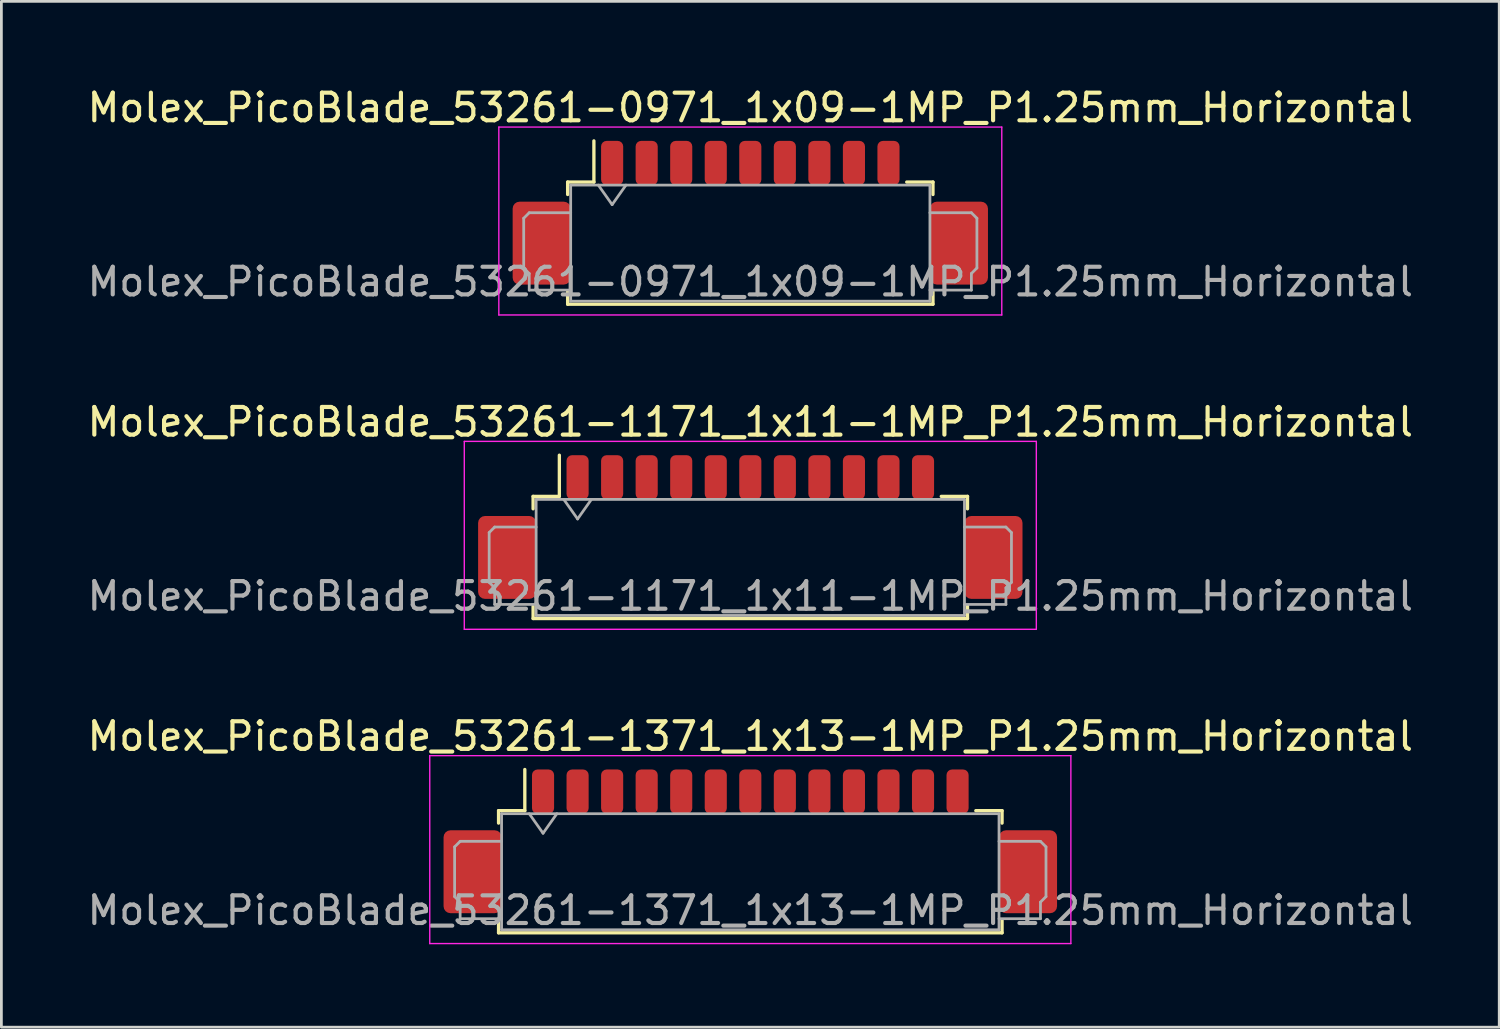
<source format=kicad_pcb>
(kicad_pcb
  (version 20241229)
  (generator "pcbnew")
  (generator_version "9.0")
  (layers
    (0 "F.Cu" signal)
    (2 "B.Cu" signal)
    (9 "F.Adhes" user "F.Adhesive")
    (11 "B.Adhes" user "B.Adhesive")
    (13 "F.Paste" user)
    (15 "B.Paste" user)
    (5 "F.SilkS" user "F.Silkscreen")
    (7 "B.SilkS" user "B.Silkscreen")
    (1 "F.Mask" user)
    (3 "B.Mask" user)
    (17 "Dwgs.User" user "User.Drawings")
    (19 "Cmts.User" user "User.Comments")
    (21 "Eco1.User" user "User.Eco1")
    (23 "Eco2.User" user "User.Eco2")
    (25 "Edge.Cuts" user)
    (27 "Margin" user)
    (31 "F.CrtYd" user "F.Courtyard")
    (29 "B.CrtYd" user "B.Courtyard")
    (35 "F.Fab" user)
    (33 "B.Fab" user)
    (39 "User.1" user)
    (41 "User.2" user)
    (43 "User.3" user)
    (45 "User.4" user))
  (footprint "Molex_PicoBlade_53261-1371_1x13-1MP_P1.25mm_Horizontal"
    (layer "F.Cu")
    (at 24.101 27.995)
    (property "Reference" "Molex_PicoBlade_53261-1371_1x13-1MP_P1.25mm_Horizontal" (at 0 -4.4 0) (layer "F.SilkS") (effects (font (size 1 1) (thickness 0.15))))
    (attr smd)
    (fp_line (start -9.11 -1.71) (end -8.16 -1.71) (stroke (width 0.12) (type solid)) (layer "F.SilkS"))
    (fp_line (start -9.11 -1.26) (end -9.11 -1.71) (stroke (width 0.12) (type solid)) (layer "F.SilkS"))
    (fp_line (start -9.11 2.26) (end -9.11 2.71) (stroke (width 0.12) (type solid)) (layer "F.SilkS"))
    (fp_line (start -9.11 2.71) (end 9.11 2.71) (stroke (width 0.12) (type solid)) (layer "F.SilkS"))
    (fp_line (start -8.16 -1.71) (end -8.16 -3.2) (stroke (width 0.12) (type solid)) (layer "F.SilkS"))
    (fp_line (start 9.11 -1.71) (end 8.16 -1.71) (stroke (width 0.12) (type solid)) (layer "F.SilkS"))
    (fp_line (start 9.11 -1.26) (end 9.11 -1.71) (stroke (width 0.12) (type solid)) (layer "F.SilkS"))
    (fp_line (start 9.11 2.71) (end 9.11 2.26) (stroke (width 0.12) (type solid)) (layer "F.SilkS"))
    (fp_line (start -11.6 -3.7) (end -11.6 3.1) (stroke (width 0.05) (type solid)) (layer "F.CrtYd"))
    (fp_line (start -11.6 3.1) (end 11.6 3.1) (stroke (width 0.05) (type solid)) (layer "F.CrtYd"))
    (fp_line (start 11.6 -3.7) (end -11.6 -3.7) (stroke (width 0.05) (type solid)) (layer "F.CrtYd"))
    (fp_line (start 11.6 3.1) (end 11.6 -3.7) (stroke (width 0.05) (type solid)) (layer "F.CrtYd"))
    (fp_line (start -10.7 -0.4) (end -10.7 1.4) (stroke (width 0.1) (type solid)) (layer "F.Fab"))
    (fp_line (start -10.7 1.4) (end -10.5 1.6) (stroke (width 0.1) (type solid)) (layer "F.Fab"))
    (fp_line (start -10.5 -0.6) (end -10.7 -0.4) (stroke (width 0.1) (type solid)) (layer "F.Fab"))
    (fp_line (start -10.5 1.6) (end -10.5 2.2) (stroke (width 0.1) (type solid)) (layer "F.Fab"))
    (fp_line (start -10.5 2.2) (end -9 2.2) (stroke (width 0.1) (type solid)) (layer "F.Fab"))
    (fp_line (start -9 -1.6) (end -9 2.6) (stroke (width 0.1) (type solid)) (layer "F.Fab"))
    (fp_line (start -9 -1.6) (end 9 -1.6) (stroke (width 0.1) (type solid)) (layer "F.Fab"))
    (fp_line (start -9 -0.6) (end -10.5 -0.6) (stroke (width 0.1) (type solid)) (layer "F.Fab"))
    (fp_line (start -9 2.6) (end 9 2.6) (stroke (width 0.1) (type solid)) (layer "F.Fab"))
    (fp_line (start -8 -1.6) (end -7.5 -0.893) (stroke (width 0.1) (type solid)) (layer "F.Fab"))
    (fp_line (start -7.5 -0.893) (end -7 -1.6) (stroke (width 0.1) (type solid)) (layer "F.Fab"))
    (fp_line (start 9 -1.6) (end 9 2.6) (stroke (width 0.1) (type solid)) (layer "F.Fab"))
    (fp_line (start 9 -0.6) (end 10.5 -0.6) (stroke (width 0.1) (type solid)) (layer "F.Fab"))
    (fp_line (start 10.5 -0.6) (end 10.7 -0.4) (stroke (width 0.1) (type solid)) (layer "F.Fab"))
    (fp_line (start 10.5 1.6) (end 10.5 2.2) (stroke (width 0.1) (type solid)) (layer "F.Fab"))
    (fp_line (start 10.5 2.2) (end 9 2.2) (stroke (width 0.1) (type solid)) (layer "F.Fab"))
    (fp_line (start 10.7 -0.4) (end 10.7 1.4) (stroke (width 0.1) (type solid)) (layer "F.Fab"))
    (fp_line (start 10.7 1.4) (end 10.5 1.6) (stroke (width 0.1) (type solid)) (layer "F.Fab"))
    (fp_text user "${REFERENCE}" (at 0 1.9 0) (layer "F.Fab") (effects (font (size 1 1) (thickness 0.15))))
    (pad "1" smd roundrect (at -7.5 -2.4) (size 0.8 1.6) (layers "F.Cu" "F.Mask" "F.Paste") (roundrect_rratio 0.25))
    (pad "2" smd roundrect (at -6.25 -2.4) (size 0.8 1.6) (layers "F.Cu" "F.Mask" "F.Paste") (roundrect_rratio 0.25))
    (pad "3" smd roundrect (at -5 -2.4) (size 0.8 1.6) (layers "F.Cu" "F.Mask" "F.Paste") (roundrect_rratio 0.25))
    (pad "4" smd roundrect (at -3.75 -2.4) (size 0.8 1.6) (layers "F.Cu" "F.Mask" "F.Paste") (roundrect_rratio 0.25))
    (pad "5" smd roundrect (at -2.5 -2.4) (size 0.8 1.6) (layers "F.Cu" "F.Mask" "F.Paste") (roundrect_rratio 0.25))
    (pad "6" smd roundrect (at -1.25 -2.4) (size 0.8 1.6) (layers "F.Cu" "F.Mask" "F.Paste") (roundrect_rratio 0.25))
    (pad "7" smd roundrect (at 0 -2.4) (size 0.8 1.6) (layers "F.Cu" "F.Mask" "F.Paste") (roundrect_rratio 0.25))
    (pad "8" smd roundrect (at 1.25 -2.4) (size 0.8 1.6) (layers "F.Cu" "F.Mask" "F.Paste") (roundrect_rratio 0.25))
    (pad "9" smd roundrect (at 2.5 -2.4) (size 0.8 1.6) (layers "F.Cu" "F.Mask" "F.Paste") (roundrect_rratio 0.25))
    (pad "10" smd roundrect (at 3.75 -2.4) (size 0.8 1.6) (layers "F.Cu" "F.Mask" "F.Paste") (roundrect_rratio 0.25))
    (pad "11" smd roundrect (at 5 -2.4) (size 0.8 1.6) (layers "F.Cu" "F.Mask" "F.Paste") (roundrect_rratio 0.25))
    (pad "12" smd roundrect (at 6.25 -2.4) (size 0.8 1.6) (layers "F.Cu" "F.Mask" "F.Paste") (roundrect_rratio 0.25))
    (pad "13" smd roundrect (at 7.5 -2.4) (size 0.8 1.6) (layers "F.Cu" "F.Mask" "F.Paste") (roundrect_rratio 0.25))
    (pad "MP" smd roundrect (at -10.05 0.5) (size 2.1 3) (layers "F.Cu" "F.Mask" "F.Paste") (roundrect_rratio 0.119))
    (pad "MP" smd roundrect (at 10.05 0.5) (size 2.1 3) (layers "F.Cu" "F.Mask" "F.Paste") (roundrect_rratio 0.119)))
  (footprint "Molex_PicoBlade_53261-0971_1x09-1MP_P1.25mm_Horizontal"
    (layer "F.Cu")
    (at 24.101 5.248)
    (property "Reference" "Molex_PicoBlade_53261-0971_1x09-1MP_P1.25mm_Horizontal" (at 0 -4.4 0) (layer "F.SilkS") (effects (font (size 1 1) (thickness 0.15))))
    (attr smd)
    (fp_line (start -6.61 -1.71) (end -5.66 -1.71) (stroke (width 0.12) (type solid)) (layer "F.SilkS"))
    (fp_line (start -6.61 -1.26) (end -6.61 -1.71) (stroke (width 0.12) (type solid)) (layer "F.SilkS"))
    (fp_line (start -6.61 2.26) (end -6.61 2.71) (stroke (width 0.12) (type solid)) (layer "F.SilkS"))
    (fp_line (start -6.61 2.71) (end 6.61 2.71) (stroke (width 0.12) (type solid)) (layer "F.SilkS"))
    (fp_line (start -5.66 -1.71) (end -5.66 -3.2) (stroke (width 0.12) (type solid)) (layer "F.SilkS"))
    (fp_line (start 6.61 -1.71) (end 5.66 -1.71) (stroke (width 0.12) (type solid)) (layer "F.SilkS"))
    (fp_line (start 6.61 -1.26) (end 6.61 -1.71) (stroke (width 0.12) (type solid)) (layer "F.SilkS"))
    (fp_line (start 6.61 2.71) (end 6.61 2.26) (stroke (width 0.12) (type solid)) (layer "F.SilkS"))
    (fp_line (start -9.1 -3.7) (end -9.1 3.1) (stroke (width 0.05) (type solid)) (layer "F.CrtYd"))
    (fp_line (start -9.1 3.1) (end 9.1 3.1) (stroke (width 0.05) (type solid)) (layer "F.CrtYd"))
    (fp_line (start 9.1 -3.7) (end -9.1 -3.7) (stroke (width 0.05) (type solid)) (layer "F.CrtYd"))
    (fp_line (start 9.1 3.1) (end 9.1 -3.7) (stroke (width 0.05) (type solid)) (layer "F.CrtYd"))
    (fp_line (start -8.2 -0.4) (end -8.2 1.4) (stroke (width 0.1) (type solid)) (layer "F.Fab"))
    (fp_line (start -8.2 1.4) (end -8 1.6) (stroke (width 0.1) (type solid)) (layer "F.Fab"))
    (fp_line (start -8 -0.6) (end -8.2 -0.4) (stroke (width 0.1) (type solid)) (layer "F.Fab"))
    (fp_line (start -8 1.6) (end -8 2.2) (stroke (width 0.1) (type solid)) (layer "F.Fab"))
    (fp_line (start -8 2.2) (end -6.5 2.2) (stroke (width 0.1) (type solid)) (layer "F.Fab"))
    (fp_line (start -6.5 -1.6) (end -6.5 2.6) (stroke (width 0.1) (type solid)) (layer "F.Fab"))
    (fp_line (start -6.5 -1.6) (end 6.5 -1.6) (stroke (width 0.1) (type solid)) (layer "F.Fab"))
    (fp_line (start -6.5 -0.6) (end -8 -0.6) (stroke (width 0.1) (type solid)) (layer "F.Fab"))
    (fp_line (start -6.5 2.6) (end 6.5 2.6) (stroke (width 0.1) (type solid)) (layer "F.Fab"))
    (fp_line (start -5.5 -1.6) (end -5 -0.893) (stroke (width 0.1) (type solid)) (layer "F.Fab"))
    (fp_line (start -5 -0.893) (end -4.5 -1.6) (stroke (width 0.1) (type solid)) (layer "F.Fab"))
    (fp_line (start 6.5 -1.6) (end 6.5 2.6) (stroke (width 0.1) (type solid)) (layer "F.Fab"))
    (fp_line (start 6.5 -0.6) (end 8 -0.6) (stroke (width 0.1) (type solid)) (layer "F.Fab"))
    (fp_line (start 8 -0.6) (end 8.2 -0.4) (stroke (width 0.1) (type solid)) (layer "F.Fab"))
    (fp_line (start 8 1.6) (end 8 2.2) (stroke (width 0.1) (type solid)) (layer "F.Fab"))
    (fp_line (start 8 2.2) (end 6.5 2.2) (stroke (width 0.1) (type solid)) (layer "F.Fab"))
    (fp_line (start 8.2 -0.4) (end 8.2 1.4) (stroke (width 0.1) (type solid)) (layer "F.Fab"))
    (fp_line (start 8.2 1.4) (end 8 1.6) (stroke (width 0.1) (type solid)) (layer "F.Fab"))
    (fp_text user "${REFERENCE}" (at 0 1.9 0) (layer "F.Fab") (effects (font (size 1 1) (thickness 0.15))))
    (pad "1" smd roundrect (at -5 -2.4) (size 0.8 1.6) (layers "F.Cu" "F.Mask" "F.Paste") (roundrect_rratio 0.25))
    (pad "2" smd roundrect (at -3.75 -2.4) (size 0.8 1.6) (layers "F.Cu" "F.Mask" "F.Paste") (roundrect_rratio 0.25))
    (pad "3" smd roundrect (at -2.5 -2.4) (size 0.8 1.6) (layers "F.Cu" "F.Mask" "F.Paste") (roundrect_rratio 0.25))
    (pad "4" smd roundrect (at -1.25 -2.4) (size 0.8 1.6) (layers "F.Cu" "F.Mask" "F.Paste") (roundrect_rratio 0.25))
    (pad "5" smd roundrect (at 0 -2.4) (size 0.8 1.6) (layers "F.Cu" "F.Mask" "F.Paste") (roundrect_rratio 0.25))
    (pad "6" smd roundrect (at 1.25 -2.4) (size 0.8 1.6) (layers "F.Cu" "F.Mask" "F.Paste") (roundrect_rratio 0.25))
    (pad "7" smd roundrect (at 2.5 -2.4) (size 0.8 1.6) (layers "F.Cu" "F.Mask" "F.Paste") (roundrect_rratio 0.25))
    (pad "8" smd roundrect (at 3.75 -2.4) (size 0.8 1.6) (layers "F.Cu" "F.Mask" "F.Paste") (roundrect_rratio 0.25))
    (pad "9" smd roundrect (at 5 -2.4) (size 0.8 1.6) (layers "F.Cu" "F.Mask" "F.Paste") (roundrect_rratio 0.25))
    (pad "MP" smd roundrect (at -7.55 0.5) (size 2.1 3) (layers "F.Cu" "F.Mask" "F.Paste") (roundrect_rratio 0.119))
    (pad "MP" smd roundrect (at 7.55 0.5) (size 2.1 3) (layers "F.Cu" "F.Mask" "F.Paste") (roundrect_rratio 0.119)))
  (footprint "Molex_PicoBlade_53261-1171_1x11-1MP_P1.25mm_Horizontal"
    (layer "F.Cu")
    (at 24.101 16.622)
    (property "Reference" "Molex_PicoBlade_53261-1171_1x11-1MP_P1.25mm_Horizontal" (at 0 -4.4 0) (layer "F.SilkS") (effects (font (size 1 1) (thickness 0.15))))
    (attr smd)
    (fp_line (start -7.86 -1.71) (end -6.91 -1.71) (stroke (width 0.12) (type solid)) (layer "F.SilkS"))
    (fp_line (start -7.86 -1.26) (end -7.86 -1.71) (stroke (width 0.12) (type solid)) (layer "F.SilkS"))
    (fp_line (start -7.86 2.26) (end -7.86 2.71) (stroke (width 0.12) (type solid)) (layer "F.SilkS"))
    (fp_line (start -7.86 2.71) (end 7.86 2.71) (stroke (width 0.12) (type solid)) (layer "F.SilkS"))
    (fp_line (start -6.91 -1.71) (end -6.91 -3.2) (stroke (width 0.12) (type solid)) (layer "F.SilkS"))
    (fp_line (start 7.86 -1.71) (end 6.91 -1.71) (stroke (width 0.12) (type solid)) (layer "F.SilkS"))
    (fp_line (start 7.86 -1.26) (end 7.86 -1.71) (stroke (width 0.12) (type solid)) (layer "F.SilkS"))
    (fp_line (start 7.86 2.71) (end 7.86 2.26) (stroke (width 0.12) (type solid)) (layer "F.SilkS"))
    (fp_line (start -10.35 -3.7) (end -10.35 3.1) (stroke (width 0.05) (type solid)) (layer "F.CrtYd"))
    (fp_line (start -10.35 3.1) (end 10.35 3.1) (stroke (width 0.05) (type solid)) (layer "F.CrtYd"))
    (fp_line (start 10.35 -3.7) (end -10.35 -3.7) (stroke (width 0.05) (type solid)) (layer "F.CrtYd"))
    (fp_line (start 10.35 3.1) (end 10.35 -3.7) (stroke (width 0.05) (type solid)) (layer "F.CrtYd"))
    (fp_line (start -9.45 -0.4) (end -9.45 1.4) (stroke (width 0.1) (type solid)) (layer "F.Fab"))
    (fp_line (start -9.45 1.4) (end -9.25 1.6) (stroke (width 0.1) (type solid)) (layer "F.Fab"))
    (fp_line (start -9.25 -0.6) (end -9.45 -0.4) (stroke (width 0.1) (type solid)) (layer "F.Fab"))
    (fp_line (start -9.25 1.6) (end -9.25 2.2) (stroke (width 0.1) (type solid)) (layer "F.Fab"))
    (fp_line (start -9.25 2.2) (end -7.75 2.2) (stroke (width 0.1) (type solid)) (layer "F.Fab"))
    (fp_line (start -7.75 -1.6) (end -7.75 2.6) (stroke (width 0.1) (type solid)) (layer "F.Fab"))
    (fp_line (start -7.75 -1.6) (end 7.75 -1.6) (stroke (width 0.1) (type solid)) (layer "F.Fab"))
    (fp_line (start -7.75 -0.6) (end -9.25 -0.6) (stroke (width 0.1) (type solid)) (layer "F.Fab"))
    (fp_line (start -7.75 2.6) (end 7.75 2.6) (stroke (width 0.1) (type solid)) (layer "F.Fab"))
    (fp_line (start -6.75 -1.6) (end -6.25 -0.893) (stroke (width 0.1) (type solid)) (layer "F.Fab"))
    (fp_line (start -6.25 -0.893) (end -5.75 -1.6) (stroke (width 0.1) (type solid)) (layer "F.Fab"))
    (fp_line (start 7.75 -1.6) (end 7.75 2.6) (stroke (width 0.1) (type solid)) (layer "F.Fab"))
    (fp_line (start 7.75 -0.6) (end 9.25 -0.6) (stroke (width 0.1) (type solid)) (layer "F.Fab"))
    (fp_line (start 9.25 -0.6) (end 9.45 -0.4) (stroke (width 0.1) (type solid)) (layer "F.Fab"))
    (fp_line (start 9.25 1.6) (end 9.25 2.2) (stroke (width 0.1) (type solid)) (layer "F.Fab"))
    (fp_line (start 9.25 2.2) (end 7.75 2.2) (stroke (width 0.1) (type solid)) (layer "F.Fab"))
    (fp_line (start 9.45 -0.4) (end 9.45 1.4) (stroke (width 0.1) (type solid)) (layer "F.Fab"))
    (fp_line (start 9.45 1.4) (end 9.25 1.6) (stroke (width 0.1) (type solid)) (layer "F.Fab"))
    (fp_text user "${REFERENCE}" (at 0 1.9 0) (layer "F.Fab") (effects (font (size 1 1) (thickness 0.15))))
    (pad "1" smd roundrect (at -6.25 -2.4) (size 0.8 1.6) (layers "F.Cu" "F.Mask" "F.Paste") (roundrect_rratio 0.25))
    (pad "2" smd roundrect (at -5 -2.4) (size 0.8 1.6) (layers "F.Cu" "F.Mask" "F.Paste") (roundrect_rratio 0.25))
    (pad "3" smd roundrect (at -3.75 -2.4) (size 0.8 1.6) (layers "F.Cu" "F.Mask" "F.Paste") (roundrect_rratio 0.25))
    (pad "4" smd roundrect (at -2.5 -2.4) (size 0.8 1.6) (layers "F.Cu" "F.Mask" "F.Paste") (roundrect_rratio 0.25))
    (pad "5" smd roundrect (at -1.25 -2.4) (size 0.8 1.6) (layers "F.Cu" "F.Mask" "F.Paste") (roundrect_rratio 0.25))
    (pad "6" smd roundrect (at 0 -2.4) (size 0.8 1.6) (layers "F.Cu" "F.Mask" "F.Paste") (roundrect_rratio 0.25))
    (pad "7" smd roundrect (at 1.25 -2.4) (size 0.8 1.6) (layers "F.Cu" "F.Mask" "F.Paste") (roundrect_rratio 0.25))
    (pad "8" smd roundrect (at 2.5 -2.4) (size 0.8 1.6) (layers "F.Cu" "F.Mask" "F.Paste") (roundrect_rratio 0.25))
    (pad "9" smd roundrect (at 3.75 -2.4) (size 0.8 1.6) (layers "F.Cu" "F.Mask" "F.Paste") (roundrect_rratio 0.25))
    (pad "10" smd roundrect (at 5 -2.4) (size 0.8 1.6) (layers "F.Cu" "F.Mask" "F.Paste") (roundrect_rratio 0.25))
    (pad "11" smd roundrect (at 6.25 -2.4) (size 0.8 1.6) (layers "F.Cu" "F.Mask" "F.Paste") (roundrect_rratio 0.25))
    (pad "MP" smd roundrect (at -8.8 0.5) (size 2.1 3) (layers "F.Cu" "F.Mask" "F.Paste") (roundrect_rratio 0.119))
    (pad "MP" smd roundrect (at 8.8 0.5) (size 2.1 3) (layers "F.Cu" "F.Mask" "F.Paste") (roundrect_rratio 0.119)))
  (gr_rect
    (start -3 -3)
    (end 51.202 34.12)
    (stroke (width 0.1) (type default))
    (fill no)
    (layer "Edge.Cuts")))
</source>
